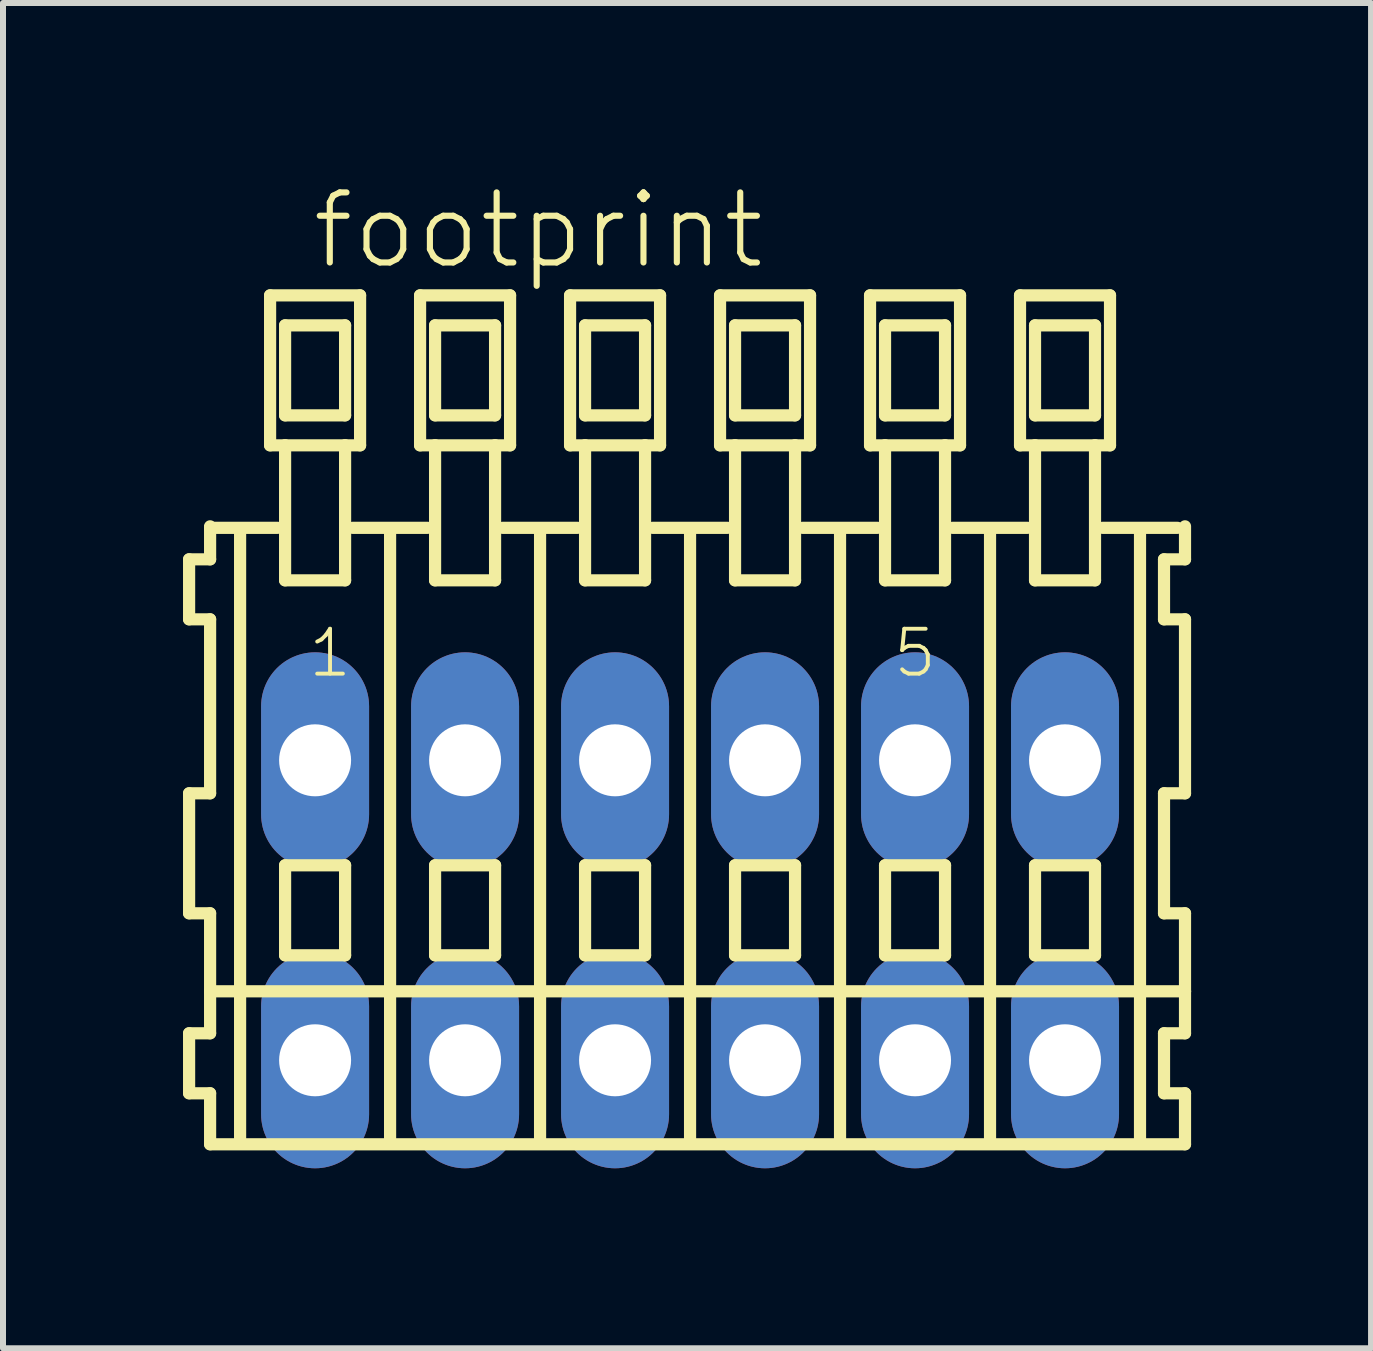
<source format=kicad_pcb>
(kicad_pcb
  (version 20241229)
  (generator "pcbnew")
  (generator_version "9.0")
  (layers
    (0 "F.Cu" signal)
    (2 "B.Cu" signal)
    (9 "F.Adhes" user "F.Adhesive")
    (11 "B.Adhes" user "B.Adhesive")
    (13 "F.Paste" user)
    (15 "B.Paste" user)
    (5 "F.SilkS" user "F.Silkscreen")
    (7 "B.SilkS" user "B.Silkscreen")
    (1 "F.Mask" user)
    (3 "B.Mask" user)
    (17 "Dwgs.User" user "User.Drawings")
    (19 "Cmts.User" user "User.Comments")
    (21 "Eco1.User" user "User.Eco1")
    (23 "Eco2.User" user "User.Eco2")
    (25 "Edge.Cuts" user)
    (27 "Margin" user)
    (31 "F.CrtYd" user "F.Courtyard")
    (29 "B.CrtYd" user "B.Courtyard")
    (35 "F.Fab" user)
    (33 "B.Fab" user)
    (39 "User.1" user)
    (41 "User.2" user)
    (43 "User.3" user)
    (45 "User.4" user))
  (footprint "footprint"
    (layer "F.Cu")
    (at 8.452 12.123)
    (property "Reference" "footprint" (at -6.35 -10.65 0) (layer "F.SilkS") (effects (font (size 1.168 1.168) (thickness 0.102)) (justify left bottom)))
    (fp_line (start -8.35 -5.85) (end -8.35 -4.85) (stroke (width 0.203) (type solid)) (layer "F.SilkS"))
    (fp_line (start -8.35 -4.85) (end -8 -4.85) (stroke (width 0.203) (type solid)) (layer "F.SilkS"))
    (fp_line (start -8.35 -1.95) (end -8.35 0.05) (stroke (width 0.203) (type solid)) (layer "F.SilkS"))
    (fp_line (start -8.35 0.05) (end -8 0.05) (stroke (width 0.203) (type solid)) (layer "F.SilkS"))
    (fp_line (start -8.35 2.05) (end -8.35 3.05) (stroke (width 0.203) (type solid)) (layer "F.SilkS"))
    (fp_line (start -8.35 3.05) (end -8 3.05) (stroke (width 0.203) (type solid)) (layer "F.SilkS"))
    (fp_line (start -8 -6.4) (end -8 -6.375) (stroke (width 0.203) (type solid)) (layer "F.SilkS"))
    (fp_line (start -8 -6.375) (end -8 -5.85) (stroke (width 0.203) (type solid)) (layer "F.SilkS"))
    (fp_line (start -8 -6.375) (end -6.875 -6.375) (stroke (width 0.203) (type solid)) (layer "F.SilkS"))
    (fp_line (start -8 -5.85) (end -8.35 -5.85) (stroke (width 0.203) (type solid)) (layer "F.SilkS"))
    (fp_line (start -8 -4.85) (end -8 -1.95) (stroke (width 0.203) (type solid)) (layer "F.SilkS"))
    (fp_line (start -8 -1.95) (end -8.35 -1.95) (stroke (width 0.203) (type solid)) (layer "F.SilkS"))
    (fp_line (start -8 0.05) (end -8 1.35) (stroke (width 0.203) (type solid)) (layer "F.SilkS"))
    (fp_line (start -8 1.35) (end -8 2.05) (stroke (width 0.203) (type solid)) (layer "F.SilkS"))
    (fp_line (start -8 1.35) (end 8.25 1.35) (stroke (width 0.203) (type solid)) (layer "F.SilkS"))
    (fp_line (start -8 2.05) (end -8.35 2.05) (stroke (width 0.203) (type solid)) (layer "F.SilkS"))
    (fp_line (start -8 3.05) (end -8 3.9) (stroke (width 0.203) (type solid)) (layer "F.SilkS"))
    (fp_line (start -8 3.9) (end 8.25 3.9) (stroke (width 0.203) (type solid)) (layer "F.SilkS"))
    (fp_line (start -7.5 -6.35) (end -7.5 3.8) (stroke (width 0.203) (type solid)) (layer "F.SilkS"))
    (fp_line (start -7 -10.25) (end -7 -7.75) (stroke (width 0.203) (type solid)) (layer "F.SilkS"))
    (fp_line (start -7 -7.75) (end -6.75 -7.75) (stroke (width 0.203) (type solid)) (layer "F.SilkS"))
    (fp_line (start -6.75 -9.75) (end -6.75 -8.25) (stroke (width 0.203) (type solid)) (layer "F.SilkS"))
    (fp_line (start -6.75 -8.25) (end -5.75 -8.25) (stroke (width 0.203) (type solid)) (layer "F.SilkS"))
    (fp_line (start -6.75 -7.75) (end -6.75 -5.5) (stroke (width 0.203) (type solid)) (layer "F.SilkS"))
    (fp_line (start -6.75 -7.75) (end -5.75 -7.75) (stroke (width 0.203) (type solid)) (layer "F.SilkS"))
    (fp_line (start -6.75 -5.5) (end -5.75 -5.5) (stroke (width 0.203) (type solid)) (layer "F.SilkS"))
    (fp_line (start -6.75 -0.75) (end -6.75 0.75) (stroke (width 0.203) (type solid)) (layer "F.SilkS"))
    (fp_line (start -6.75 0.75) (end -5.75 0.75) (stroke (width 0.203) (type solid)) (layer "F.SilkS"))
    (fp_line (start -5.75 -9.75) (end -6.75 -9.75) (stroke (width 0.203) (type solid)) (layer "F.SilkS"))
    (fp_line (start -5.75 -8.25) (end -5.75 -9.75) (stroke (width 0.203) (type solid)) (layer "F.SilkS"))
    (fp_line (start -5.75 -7.75) (end -5.5 -7.75) (stroke (width 0.203) (type solid)) (layer "F.SilkS"))
    (fp_line (start -5.75 -5.5) (end -5.75 -7.75) (stroke (width 0.203) (type solid)) (layer "F.SilkS"))
    (fp_line (start -5.75 -0.75) (end -6.75 -0.75) (stroke (width 0.203) (type solid)) (layer "F.SilkS"))
    (fp_line (start -5.75 0.75) (end -5.75 -0.75) (stroke (width 0.203) (type solid)) (layer "F.SilkS"))
    (fp_line (start -5.625 -6.375) (end -4.375 -6.375) (stroke (width 0.203) (type solid)) (layer "F.SilkS"))
    (fp_line (start -5.5 -10.25) (end -7 -10.25) (stroke (width 0.203) (type solid)) (layer "F.SilkS"))
    (fp_line (start -5.5 -7.75) (end -5.5 -10.25) (stroke (width 0.203) (type solid)) (layer "F.SilkS"))
    (fp_line (start -5 -6.35) (end -5 3.8) (stroke (width 0.203) (type solid)) (layer "F.SilkS"))
    (fp_line (start -4.5 -10.25) (end -4.5 -7.75) (stroke (width 0.203) (type solid)) (layer "F.SilkS"))
    (fp_line (start -4.5 -7.75) (end -4.25 -7.75) (stroke (width 0.203) (type solid)) (layer "F.SilkS"))
    (fp_line (start -4.25 -9.75) (end -4.25 -8.25) (stroke (width 0.203) (type solid)) (layer "F.SilkS"))
    (fp_line (start -4.25 -8.25) (end -3.25 -8.25) (stroke (width 0.203) (type solid)) (layer "F.SilkS"))
    (fp_line (start -4.25 -7.75) (end -4.25 -5.5) (stroke (width 0.203) (type solid)) (layer "F.SilkS"))
    (fp_line (start -4.25 -7.75) (end -3.25 -7.75) (stroke (width 0.203) (type solid)) (layer "F.SilkS"))
    (fp_line (start -4.25 -5.5) (end -3.25 -5.5) (stroke (width 0.203) (type solid)) (layer "F.SilkS"))
    (fp_line (start -4.25 -0.75) (end -4.25 0.75) (stroke (width 0.203) (type solid)) (layer "F.SilkS"))
    (fp_line (start -4.25 0.75) (end -3.25 0.75) (stroke (width 0.203) (type solid)) (layer "F.SilkS"))
    (fp_line (start -3.25 -9.75) (end -4.25 -9.75) (stroke (width 0.203) (type solid)) (layer "F.SilkS"))
    (fp_line (start -3.25 -8.25) (end -3.25 -9.75) (stroke (width 0.203) (type solid)) (layer "F.SilkS"))
    (fp_line (start -3.25 -7.75) (end -3 -7.75) (stroke (width 0.203) (type solid)) (layer "F.SilkS"))
    (fp_line (start -3.25 -5.5) (end -3.25 -7.75) (stroke (width 0.203) (type solid)) (layer "F.SilkS"))
    (fp_line (start -3.25 -0.75) (end -4.25 -0.75) (stroke (width 0.203) (type solid)) (layer "F.SilkS"))
    (fp_line (start -3.25 0.75) (end -3.25 -0.75) (stroke (width 0.203) (type solid)) (layer "F.SilkS"))
    (fp_line (start -3.125 -6.375) (end -1.875 -6.375) (stroke (width 0.203) (type solid)) (layer "F.SilkS"))
    (fp_line (start -3 -10.25) (end -4.5 -10.25) (stroke (width 0.203) (type solid)) (layer "F.SilkS"))
    (fp_line (start -3 -7.75) (end -3 -10.25) (stroke (width 0.203) (type solid)) (layer "F.SilkS"))
    (fp_line (start -2.5 -6.35) (end -2.5 3.8) (stroke (width 0.203) (type solid)) (layer "F.SilkS"))
    (fp_line (start -2 -10.25) (end -2 -7.75) (stroke (width 0.203) (type solid)) (layer "F.SilkS"))
    (fp_line (start -2 -7.75) (end -1.75 -7.75) (stroke (width 0.203) (type solid)) (layer "F.SilkS"))
    (fp_line (start -1.75 -9.75) (end -1.75 -8.25) (stroke (width 0.203) (type solid)) (layer "F.SilkS"))
    (fp_line (start -1.75 -8.25) (end -0.75 -8.25) (stroke (width 0.203) (type solid)) (layer "F.SilkS"))
    (fp_line (start -1.75 -7.75) (end -1.75 -5.5) (stroke (width 0.203) (type solid)) (layer "F.SilkS"))
    (fp_line (start -1.75 -7.75) (end -0.75 -7.75) (stroke (width 0.203) (type solid)) (layer "F.SilkS"))
    (fp_line (start -1.75 -5.5) (end -0.75 -5.5) (stroke (width 0.203) (type solid)) (layer "F.SilkS"))
    (fp_line (start -1.75 -0.75) (end -1.75 0.75) (stroke (width 0.203) (type solid)) (layer "F.SilkS"))
    (fp_line (start -1.75 0.75) (end -0.75 0.75) (stroke (width 0.203) (type solid)) (layer "F.SilkS"))
    (fp_line (start -0.75 -9.75) (end -1.75 -9.75) (stroke (width 0.203) (type solid)) (layer "F.SilkS"))
    (fp_line (start -0.75 -8.25) (end -0.75 -9.75) (stroke (width 0.203) (type solid)) (layer "F.SilkS"))
    (fp_line (start -0.75 -7.75) (end -0.5 -7.75) (stroke (width 0.203) (type solid)) (layer "F.SilkS"))
    (fp_line (start -0.75 -5.5) (end -0.75 -7.75) (stroke (width 0.203) (type solid)) (layer "F.SilkS"))
    (fp_line (start -0.75 -0.75) (end -1.75 -0.75) (stroke (width 0.203) (type solid)) (layer "F.SilkS"))
    (fp_line (start -0.75 0.75) (end -0.75 -0.75) (stroke (width 0.203) (type solid)) (layer "F.SilkS"))
    (fp_line (start -0.625 -6.375) (end 0.625 -6.375) (stroke (width 0.203) (type solid)) (layer "F.SilkS"))
    (fp_line (start -0.5 -10.25) (end -2 -10.25) (stroke (width 0.203) (type solid)) (layer "F.SilkS"))
    (fp_line (start -0.5 -7.75) (end -0.5 -10.25) (stroke (width 0.203) (type solid)) (layer "F.SilkS"))
    (fp_line (start 0 -6.35) (end 0 3.8) (stroke (width 0.203) (type solid)) (layer "F.SilkS"))
    (fp_line (start 0.5 -10.25) (end 0.5 -7.75) (stroke (width 0.203) (type solid)) (layer "F.SilkS"))
    (fp_line (start 0.5 -7.75) (end 0.75 -7.75) (stroke (width 0.203) (type solid)) (layer "F.SilkS"))
    (fp_line (start 0.75 -9.75) (end 0.75 -8.25) (stroke (width 0.203) (type solid)) (layer "F.SilkS"))
    (fp_line (start 0.75 -8.25) (end 1.75 -8.25) (stroke (width 0.203) (type solid)) (layer "F.SilkS"))
    (fp_line (start 0.75 -7.75) (end 0.75 -5.5) (stroke (width 0.203) (type solid)) (layer "F.SilkS"))
    (fp_line (start 0.75 -7.75) (end 1.75 -7.75) (stroke (width 0.203) (type solid)) (layer "F.SilkS"))
    (fp_line (start 0.75 -5.5) (end 1.75 -5.5) (stroke (width 0.203) (type solid)) (layer "F.SilkS"))
    (fp_line (start 0.75 -0.75) (end 0.75 0.75) (stroke (width 0.203) (type solid)) (layer "F.SilkS"))
    (fp_line (start 0.75 0.75) (end 1.75 0.75) (stroke (width 0.203) (type solid)) (layer "F.SilkS"))
    (fp_line (start 1.75 -9.75) (end 0.75 -9.75) (stroke (width 0.203) (type solid)) (layer "F.SilkS"))
    (fp_line (start 1.75 -8.25) (end 1.75 -9.75) (stroke (width 0.203) (type solid)) (layer "F.SilkS"))
    (fp_line (start 1.75 -7.75) (end 2 -7.75) (stroke (width 0.203) (type solid)) (layer "F.SilkS"))
    (fp_line (start 1.75 -5.5) (end 1.75 -7.75) (stroke (width 0.203) (type solid)) (layer "F.SilkS"))
    (fp_line (start 1.75 -0.75) (end 0.75 -0.75) (stroke (width 0.203) (type solid)) (layer "F.SilkS"))
    (fp_line (start 1.75 0.75) (end 1.75 -0.75) (stroke (width 0.203) (type solid)) (layer "F.SilkS"))
    (fp_line (start 1.875 -6.375) (end 3.125 -6.375) (stroke (width 0.203) (type solid)) (layer "F.SilkS"))
    (fp_line (start 2 -10.25) (end 0.5 -10.25) (stroke (width 0.203) (type solid)) (layer "F.SilkS"))
    (fp_line (start 2 -7.75) (end 2 -10.25) (stroke (width 0.203) (type solid)) (layer "F.SilkS"))
    (fp_line (start 2.5 -6.35) (end 2.5 3.8) (stroke (width 0.203) (type solid)) (layer "F.SilkS"))
    (fp_line (start 3 -10.25) (end 3 -7.75) (stroke (width 0.203) (type solid)) (layer "F.SilkS"))
    (fp_line (start 3 -7.75) (end 3.25 -7.75) (stroke (width 0.203) (type solid)) (layer "F.SilkS"))
    (fp_line (start 3.25 -9.75) (end 3.25 -8.25) (stroke (width 0.203) (type solid)) (layer "F.SilkS"))
    (fp_line (start 3.25 -8.25) (end 4.25 -8.25) (stroke (width 0.203) (type solid)) (layer "F.SilkS"))
    (fp_line (start 3.25 -7.75) (end 3.25 -5.5) (stroke (width 0.203) (type solid)) (layer "F.SilkS"))
    (fp_line (start 3.25 -7.75) (end 4.25 -7.75) (stroke (width 0.203) (type solid)) (layer "F.SilkS"))
    (fp_line (start 3.25 -5.5) (end 4.25 -5.5) (stroke (width 0.203) (type solid)) (layer "F.SilkS"))
    (fp_line (start 3.25 -0.75) (end 3.25 0.75) (stroke (width 0.203) (type solid)) (layer "F.SilkS"))
    (fp_line (start 3.25 0.75) (end 4.25 0.75) (stroke (width 0.203) (type solid)) (layer "F.SilkS"))
    (fp_line (start 4.25 -9.75) (end 3.25 -9.75) (stroke (width 0.203) (type solid)) (layer "F.SilkS"))
    (fp_line (start 4.25 -8.25) (end 4.25 -9.75) (stroke (width 0.203) (type solid)) (layer "F.SilkS"))
    (fp_line (start 4.25 -7.75) (end 4.5 -7.75) (stroke (width 0.203) (type solid)) (layer "F.SilkS"))
    (fp_line (start 4.25 -5.5) (end 4.25 -7.75) (stroke (width 0.203) (type solid)) (layer "F.SilkS"))
    (fp_line (start 4.25 -0.75) (end 3.25 -0.75) (stroke (width 0.203) (type solid)) (layer "F.SilkS"))
    (fp_line (start 4.25 0.75) (end 4.25 -0.75) (stroke (width 0.203) (type solid)) (layer "F.SilkS"))
    (fp_line (start 4.375 -6.375) (end 5.625 -6.375) (stroke (width 0.203) (type solid)) (layer "F.SilkS"))
    (fp_line (start 4.5 -10.25) (end 3 -10.25) (stroke (width 0.203) (type solid)) (layer "F.SilkS"))
    (fp_line (start 4.5 -7.75) (end 4.5 -10.25) (stroke (width 0.203) (type solid)) (layer "F.SilkS"))
    (fp_line (start 5 -6.35) (end 5 3.8) (stroke (width 0.203) (type solid)) (layer "F.SilkS"))
    (fp_line (start 5.5 -10.25) (end 5.5 -7.75) (stroke (width 0.203) (type solid)) (layer "F.SilkS"))
    (fp_line (start 5.5 -7.75) (end 5.75 -7.75) (stroke (width 0.203) (type solid)) (layer "F.SilkS"))
    (fp_line (start 5.75 -9.75) (end 5.75 -8.25) (stroke (width 0.203) (type solid)) (layer "F.SilkS"))
    (fp_line (start 5.75 -8.25) (end 6.75 -8.25) (stroke (width 0.203) (type solid)) (layer "F.SilkS"))
    (fp_line (start 5.75 -7.75) (end 5.75 -5.5) (stroke (width 0.203) (type solid)) (layer "F.SilkS"))
    (fp_line (start 5.75 -7.75) (end 6.75 -7.75) (stroke (width 0.203) (type solid)) (layer "F.SilkS"))
    (fp_line (start 5.75 -5.5) (end 6.75 -5.5) (stroke (width 0.203) (type solid)) (layer "F.SilkS"))
    (fp_line (start 5.75 -0.75) (end 5.75 0.75) (stroke (width 0.203) (type solid)) (layer "F.SilkS"))
    (fp_line (start 5.75 0.75) (end 6.75 0.75) (stroke (width 0.203) (type solid)) (layer "F.SilkS"))
    (fp_line (start 6.75 -9.75) (end 5.75 -9.75) (stroke (width 0.203) (type solid)) (layer "F.SilkS"))
    (fp_line (start 6.75 -8.25) (end 6.75 -9.75) (stroke (width 0.203) (type solid)) (layer "F.SilkS"))
    (fp_line (start 6.75 -7.75) (end 7 -7.75) (stroke (width 0.203) (type solid)) (layer "F.SilkS"))
    (fp_line (start 6.75 -5.5) (end 6.75 -7.75) (stroke (width 0.203) (type solid)) (layer "F.SilkS"))
    (fp_line (start 6.75 -0.75) (end 5.75 -0.75) (stroke (width 0.203) (type solid)) (layer "F.SilkS"))
    (fp_line (start 6.75 0.75) (end 6.75 -0.75) (stroke (width 0.203) (type solid)) (layer "F.SilkS"))
    (fp_line (start 6.875 -6.375) (end 8.125 -6.375) (stroke (width 0.203) (type solid)) (layer "F.SilkS"))
    (fp_line (start 7 -10.25) (end 5.5 -10.25) (stroke (width 0.203) (type solid)) (layer "F.SilkS"))
    (fp_line (start 7 -7.75) (end 7 -10.25) (stroke (width 0.203) (type solid)) (layer "F.SilkS"))
    (fp_line (start 7.5 -6.35) (end 7.5 3.8) (stroke (width 0.203) (type solid)) (layer "F.SilkS"))
    (fp_line (start 7.9 -5.85) (end 7.9 -4.85) (stroke (width 0.203) (type solid)) (layer "F.SilkS"))
    (fp_line (start 7.9 -4.85) (end 8.25 -4.85) (stroke (width 0.203) (type solid)) (layer "F.SilkS"))
    (fp_line (start 7.9 -1.95) (end 7.9 0.05) (stroke (width 0.203) (type solid)) (layer "F.SilkS"))
    (fp_line (start 7.9 0.05) (end 8.25 0.05) (stroke (width 0.203) (type solid)) (layer "F.SilkS"))
    (fp_line (start 7.9 2.05) (end 7.9 3.05) (stroke (width 0.203) (type solid)) (layer "F.SilkS"))
    (fp_line (start 7.9 3.05) (end 8.25 3.05) (stroke (width 0.203) (type solid)) (layer "F.SilkS"))
    (fp_line (start 8.25 -5.85) (end 7.9 -5.85) (stroke (width 0.203) (type solid)) (layer "F.SilkS"))
    (fp_line (start 8.25 -5.85) (end 8.25 -6.4) (stroke (width 0.203) (type solid)) (layer "F.SilkS"))
    (fp_line (start 8.25 -1.95) (end 7.9 -1.95) (stroke (width 0.203) (type solid)) (layer "F.SilkS"))
    (fp_line (start 8.25 -1.95) (end 8.25 -4.85) (stroke (width 0.203) (type solid)) (layer "F.SilkS"))
    (fp_line (start 8.25 1.35) (end 8.25 0.05) (stroke (width 0.203) (type solid)) (layer "F.SilkS"))
    (fp_line (start 8.25 2.05) (end 7.9 2.05) (stroke (width 0.203) (type solid)) (layer "F.SilkS"))
    (fp_line (start 8.25 2.05) (end 8.25 1.35) (stroke (width 0.203) (type solid)) (layer "F.SilkS"))
    (fp_line (start 8.25 3.9) (end 8.25 3.05) (stroke (width 0.203) (type solid)) (layer "F.SilkS"))
    (fp_text user "5" (at 3.35 -3.85 0) (layer "F.SilkS") (effects (font (size 0.748 0.748) (thickness 0.065)) (justify left bottom)))
    (fp_text user "1" (at -6.4 -3.85 0) (layer "F.SilkS") (effects (font (size 0.748 0.748) (thickness 0.065)) (justify left bottom)))
    (pad "A1" thru_hole oval (at -6.25 -2.5 90) (size 3.6 1.8) (drill 1.2) (layers "*.Cu" "*.Mask"))
    (pad "A2" thru_hole oval (at -3.75 -2.5 90) (size 3.6 1.8) (drill 1.2) (layers "*.Cu" "*.Mask"))
    (pad "A3" thru_hole oval (at -1.25 -2.5 90) (size 3.6 1.8) (drill 1.2) (layers "*.Cu" "*.Mask"))
    (pad "A4" thru_hole oval (at 1.25 -2.5 90) (size 3.6 1.8) (drill 1.2) (layers "*.Cu" "*.Mask"))
    (pad "A5" thru_hole oval (at 3.75 -2.5 90) (size 3.6 1.8) (drill 1.2) (layers "*.Cu" "*.Mask"))
    (pad "A6" thru_hole oval (at 6.25 -2.5 90) (size 3.6 1.8) (drill 1.2) (layers "*.Cu" "*.Mask"))
    (pad "B1" thru_hole oval (at -6.25 2.5 90) (size 3.6 1.8) (drill 1.2) (layers "*.Cu" "*.Mask"))
    (pad "B2" thru_hole oval (at -3.75 2.5 90) (size 3.6 1.8) (drill 1.2) (layers "*.Cu" "*.Mask"))
    (pad "B3" thru_hole oval (at -1.25 2.5 90) (size 3.6 1.8) (drill 1.2) (layers "*.Cu" "*.Mask"))
    (pad "B4" thru_hole oval (at 1.25 2.5 90) (size 3.6 1.8) (drill 1.2) (layers "*.Cu" "*.Mask"))
    (pad "B5" thru_hole oval (at 3.75 2.5 90) (size 3.6 1.8) (drill 1.2) (layers "*.Cu" "*.Mask"))
    (pad "B6" thru_hole oval (at 6.25 2.5 90) (size 3.6 1.8) (drill 1.2) (layers "*.Cu" "*.Mask")))
  (gr_rect
    (start -3 -3)
    (end 19.803 19.423)
    (stroke (width 0.1) (type default))
    (fill no)
    (layer "Edge.Cuts")))
</source>
